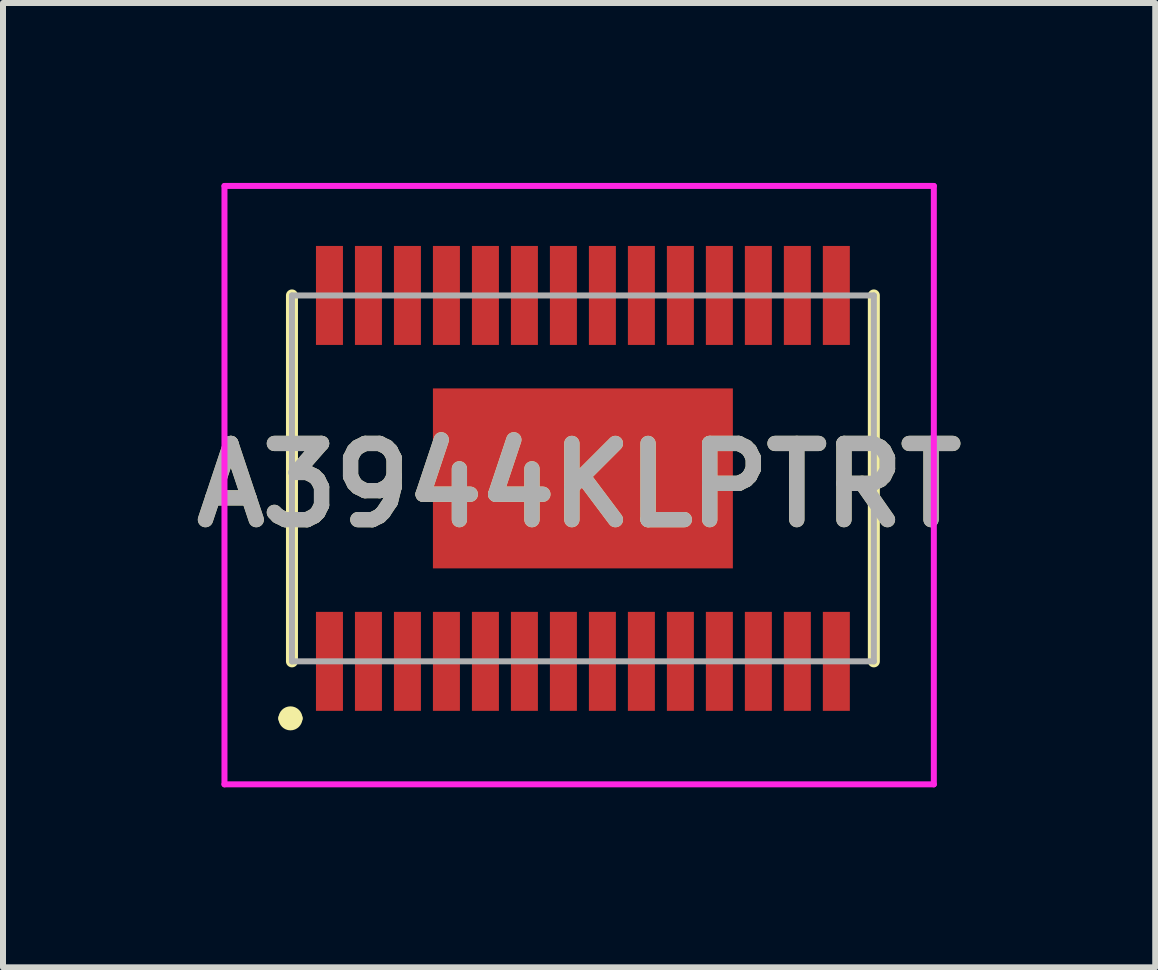
<source format=kicad_pcb>
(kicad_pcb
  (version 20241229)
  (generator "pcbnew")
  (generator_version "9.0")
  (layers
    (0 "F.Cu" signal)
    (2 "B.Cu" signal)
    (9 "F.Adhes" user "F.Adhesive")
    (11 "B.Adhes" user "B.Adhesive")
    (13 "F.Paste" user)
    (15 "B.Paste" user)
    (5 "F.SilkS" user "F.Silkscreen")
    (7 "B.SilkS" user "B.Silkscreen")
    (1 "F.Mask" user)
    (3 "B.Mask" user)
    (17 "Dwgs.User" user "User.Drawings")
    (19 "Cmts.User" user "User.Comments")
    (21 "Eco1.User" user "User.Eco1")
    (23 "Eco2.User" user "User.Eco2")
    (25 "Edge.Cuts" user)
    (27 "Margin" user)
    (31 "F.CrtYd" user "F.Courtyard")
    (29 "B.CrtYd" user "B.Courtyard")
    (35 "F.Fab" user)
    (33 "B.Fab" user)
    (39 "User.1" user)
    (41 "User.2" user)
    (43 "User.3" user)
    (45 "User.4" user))
  (footprint "A3944KLPTRT"
    (layer "F.Cu")
    (at 6.667 4.925)
    (property "Reference" "A3944KLPTRT" (at -0.063 0.113 0) (layer "F.SilkS") (effects (font (size 1.27 1.27) (thickness 0.254))))
    (attr smd)
    (fp_line (start -4.975 4) (end -4.975 4) (stroke (width 0.2) (type solid)) (layer "F.SilkS"))
    (fp_line (start -4.85 -3.05) (end -4.85 3.05) (stroke (width 0.2) (type solid)) (layer "F.SilkS"))
    (fp_line (start -4.775 4) (end -4.775 4) (stroke (width 0.2) (type solid)) (layer "F.SilkS"))
    (fp_line (start 4.85 -3.05) (end 4.85 3.05) (stroke (width 0.2) (type solid)) (layer "F.SilkS"))
    (fp_arc (start -4.975 4) (mid -4.875 3.9) (end -4.775 4) (stroke (width 0.2) (type solid)) (layer "F.SilkS"))
    (fp_arc (start -4.775 4) (mid -4.875 4.1) (end -4.975 4) (stroke (width 0.2) (type solid)) (layer "F.SilkS"))
    (fp_line (start -5.975 -4.875) (end 5.85 -4.875) (stroke (width 0.1) (type solid)) (layer "F.CrtYd"))
    (fp_line (start -5.975 5.1) (end -5.975 -4.875) (stroke (width 0.1) (type solid)) (layer "F.CrtYd"))
    (fp_line (start 5.85 -4.875) (end 5.85 5.1) (stroke (width 0.1) (type solid)) (layer "F.CrtYd"))
    (fp_line (start 5.85 5.1) (end -5.975 5.1) (stroke (width 0.1) (type solid)) (layer "F.CrtYd"))
    (fp_line (start -4.85 -3.05) (end 4.85 -3.05) (stroke (width 0.1) (type solid)) (layer "F.Fab"))
    (fp_line (start -4.85 3.05) (end -4.85 -3.05) (stroke (width 0.1) (type solid)) (layer "F.Fab"))
    (fp_line (start 4.85 -3.05) (end 4.85 3.05) (stroke (width 0.1) (type solid)) (layer "F.Fab"))
    (fp_line (start 4.85 3.05) (end -4.85 3.05) (stroke (width 0.1) (type solid)) (layer "F.Fab"))
    (fp_text user "${REFERENCE}" (at -0.063 0.113 0) (layer "F.Fab") (effects (font (size 1.27 1.27) (thickness 0.254))))
    (pad "1" smd rect (at -4.225 3.05) (size 0.45 1.65) (layers "F.Cu" "F.Mask" "F.Paste"))
    (pad "2" smd rect (at -3.575 3.05) (size 0.45 1.65) (layers "F.Cu" "F.Mask" "F.Paste"))
    (pad "3" smd rect (at -2.925 3.05) (size 0.45 1.65) (layers "F.Cu" "F.Mask" "F.Paste"))
    (pad "4" smd rect (at -2.275 3.05) (size 0.45 1.65) (layers "F.Cu" "F.Mask" "F.Paste"))
    (pad "5" smd rect (at -1.625 3.05) (size 0.45 1.65) (layers "F.Cu" "F.Mask" "F.Paste"))
    (pad "6" smd rect (at -0.975 3.05) (size 0.45 1.65) (layers "F.Cu" "F.Mask" "F.Paste"))
    (pad "7" smd rect (at -0.325 3.05) (size 0.45 1.65) (layers "F.Cu" "F.Mask" "F.Paste"))
    (pad "8" smd rect (at 0.325 3.05) (size 0.45 1.65) (layers "F.Cu" "F.Mask" "F.Paste"))
    (pad "9" smd rect (at 0.975 3.05) (size 0.45 1.65) (layers "F.Cu" "F.Mask" "F.Paste"))
    (pad "10" smd rect (at 1.625 3.05) (size 0.45 1.65) (layers "F.Cu" "F.Mask" "F.Paste"))
    (pad "11" smd rect (at 2.275 3.05) (size 0.45 1.65) (layers "F.Cu" "F.Mask" "F.Paste"))
    (pad "12" smd rect (at 2.925 3.05) (size 0.45 1.65) (layers "F.Cu" "F.Mask" "F.Paste"))
    (pad "13" smd rect (at 3.575 3.05) (size 0.45 1.65) (layers "F.Cu" "F.Mask" "F.Paste"))
    (pad "14" smd rect (at 4.225 3.05) (size 0.45 1.65) (layers "F.Cu" "F.Mask" "F.Paste"))
    (pad "15" smd rect (at 4.225 -3.05) (size 0.45 1.65) (layers "F.Cu" "F.Mask" "F.Paste"))
    (pad "16" smd rect (at 3.575 -3.05) (size 0.45 1.65) (layers "F.Cu" "F.Mask" "F.Paste"))
    (pad "17" smd rect (at 2.925 -3.05) (size 0.45 1.65) (layers "F.Cu" "F.Mask" "F.Paste"))
    (pad "18" smd rect (at 2.275 -3.05) (size 0.45 1.65) (layers "F.Cu" "F.Mask" "F.Paste"))
    (pad "19" smd rect (at 1.625 -3.05) (size 0.45 1.65) (layers "F.Cu" "F.Mask" "F.Paste"))
    (pad "20" smd rect (at 0.975 -3.05) (size 0.45 1.65) (layers "F.Cu" "F.Mask" "F.Paste"))
    (pad "21" smd rect (at 0.325 -3.05) (size 0.45 1.65) (layers "F.Cu" "F.Mask" "F.Paste"))
    (pad "22" smd rect (at -0.325 -3.05) (size 0.45 1.65) (layers "F.Cu" "F.Mask" "F.Paste"))
    (pad "23" smd rect (at -0.975 -3.05) (size 0.45 1.65) (layers "F.Cu" "F.Mask" "F.Paste"))
    (pad "24" smd rect (at -1.625 -3.05) (size 0.45 1.65) (layers "F.Cu" "F.Mask" "F.Paste"))
    (pad "25" smd rect (at -2.275 -3.05) (size 0.45 1.65) (layers "F.Cu" "F.Mask" "F.Paste"))
    (pad "26" smd rect (at -2.925 -3.05) (size 0.45 1.65) (layers "F.Cu" "F.Mask" "F.Paste"))
    (pad "27" smd rect (at -3.575 -3.05) (size 0.45 1.65) (layers "F.Cu" "F.Mask" "F.Paste"))
    (pad "28" smd rect (at -4.225 -3.05) (size 0.45 1.65) (layers "F.Cu" "F.Mask" "F.Paste"))
    (pad "29" smd rect (at 0 0 90) (size 3 5) (layers "F.Cu" "F.Mask" "F.Paste")))
  (gr_rect
    (start -3 -3)
    (end 16.208 13.075)
    (stroke (width 0.1) (type default))
    (fill no)
    (layer "Edge.Cuts")))
</source>
